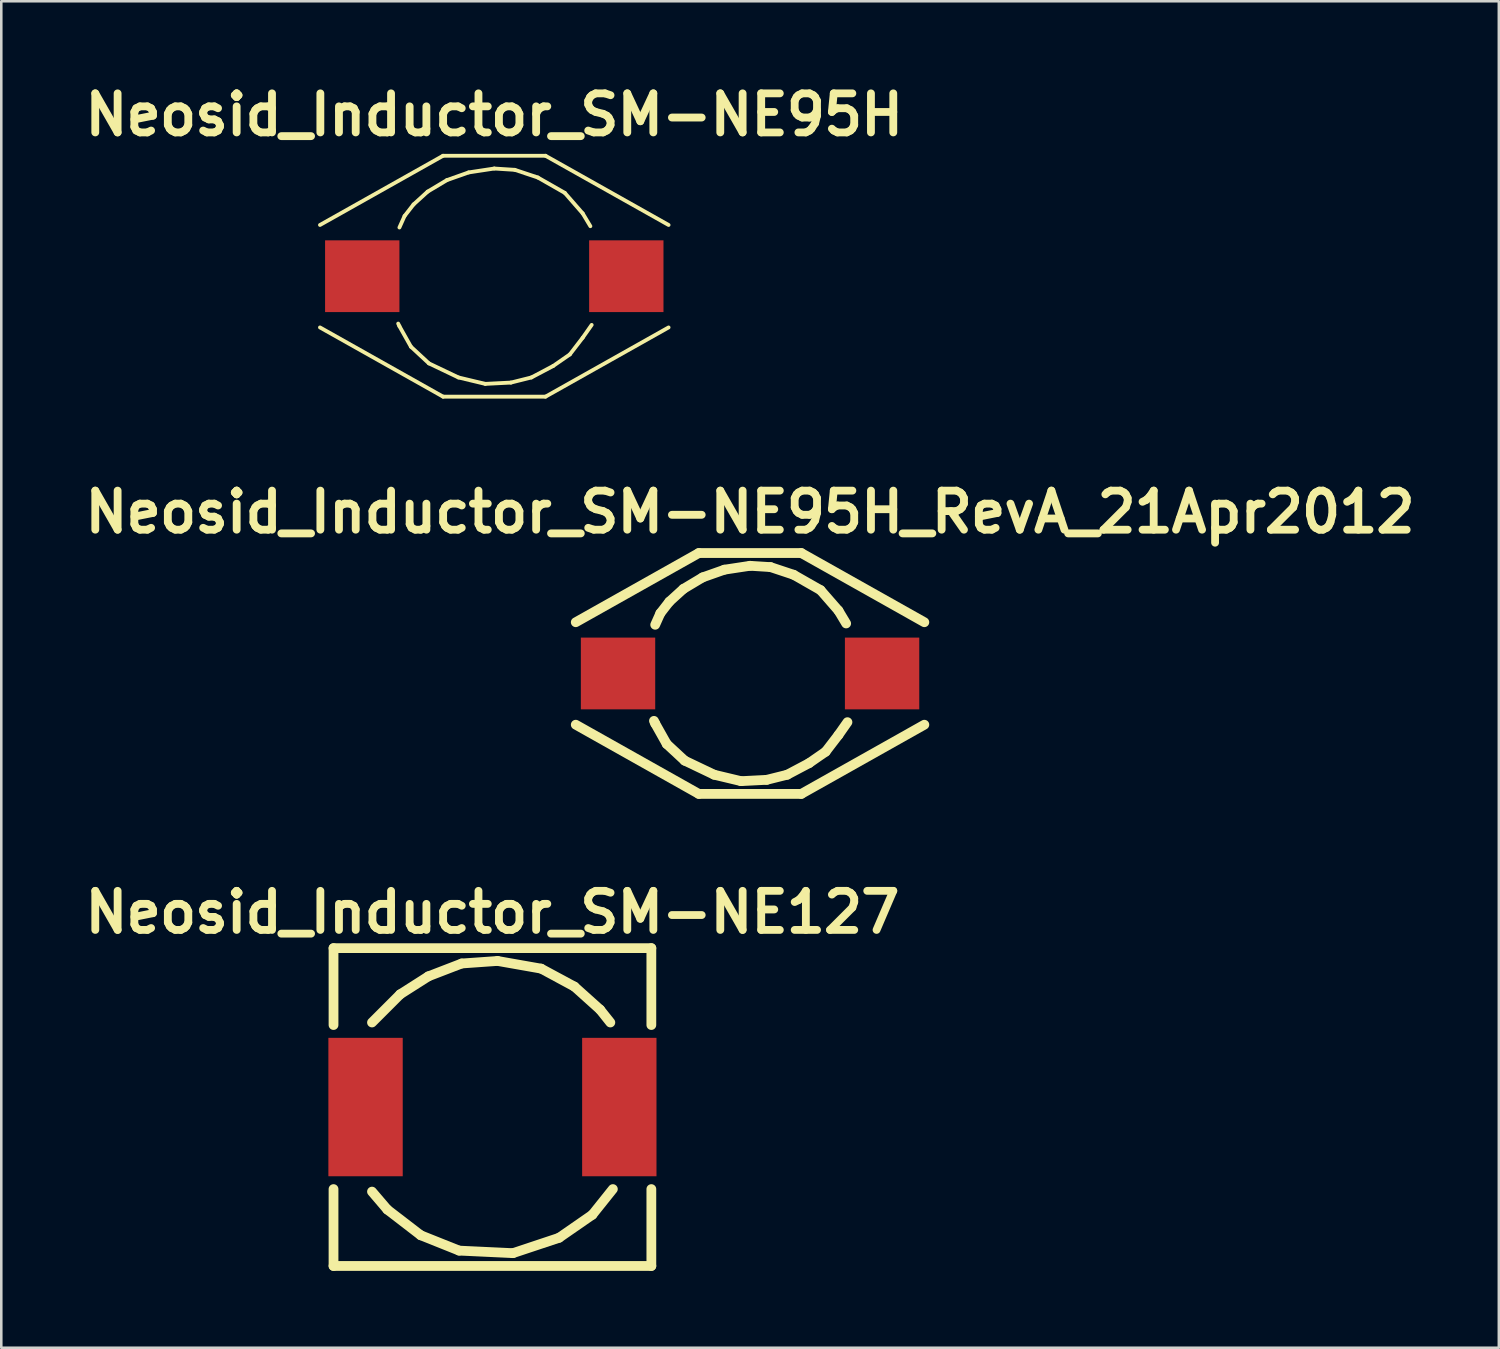
<source format=kicad_pcb>
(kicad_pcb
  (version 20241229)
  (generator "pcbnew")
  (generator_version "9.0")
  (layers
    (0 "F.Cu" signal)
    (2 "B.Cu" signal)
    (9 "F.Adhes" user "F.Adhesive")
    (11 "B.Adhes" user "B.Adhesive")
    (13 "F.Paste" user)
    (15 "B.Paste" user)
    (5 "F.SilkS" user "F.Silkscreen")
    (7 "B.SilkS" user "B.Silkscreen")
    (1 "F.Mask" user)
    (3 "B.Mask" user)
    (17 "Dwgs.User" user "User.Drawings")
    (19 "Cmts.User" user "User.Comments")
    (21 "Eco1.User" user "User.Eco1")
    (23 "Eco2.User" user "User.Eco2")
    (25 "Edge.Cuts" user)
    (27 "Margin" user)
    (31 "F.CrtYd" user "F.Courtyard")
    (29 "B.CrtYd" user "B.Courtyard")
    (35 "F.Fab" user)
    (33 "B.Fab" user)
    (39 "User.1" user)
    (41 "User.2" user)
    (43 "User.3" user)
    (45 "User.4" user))
  (footprint "Neosid_Inductor_SM-NE127"
    (layer "F.Cu")
    (at 16.162 40.141)
    (property "Reference" "Neosid_Inductor_SM-NE127" (at 0 -7.6 0) (layer "F.SilkS") (effects (font (size 1.524 1.524) (thickness 0.305))))
    (attr smd)
    (fp_line (start -6.2 -6.2) (end -6.2 -3.2) (stroke (width 0.381) (type solid)) (layer "F.SilkS"))
    (fp_line (start -6.2 3.2) (end -6.2 6.2) (stroke (width 0.381) (type solid)) (layer "F.SilkS"))
    (fp_line (start -6.2 6.2) (end 6.2 6.2) (stroke (width 0.381) (type solid)) (layer "F.SilkS"))
    (fp_line (start -4.699 3.299) (end -4.1 4) (stroke (width 0.381) (type solid)) (layer "F.SilkS"))
    (fp_line (start -4.1 4) (end -2.799 5.001) (stroke (width 0.381) (type solid)) (layer "F.SilkS"))
    (fp_line (start -3.599 -4.399) (end -4.699 -3.299) (stroke (width 0.381) (type solid)) (layer "F.SilkS"))
    (fp_line (start -2.799 5.001) (end -1.3 5.601) (stroke (width 0.381) (type solid)) (layer "F.SilkS"))
    (fp_line (start -2.499 -5.1) (end -3.599 -4.399) (stroke (width 0.381) (type solid)) (layer "F.SilkS"))
    (fp_line (start -1.3 5.601) (end 0.8 5.7) (stroke (width 0.381) (type solid)) (layer "F.SilkS"))
    (fp_line (start -1.199 -5.601) (end -2.499 -5.1) (stroke (width 0.381) (type solid)) (layer "F.SilkS"))
    (fp_line (start 0.201 -5.7) (end -1.199 -5.601) (stroke (width 0.381) (type solid)) (layer "F.SilkS"))
    (fp_line (start 0.8 5.7) (end 2.601 5.1) (stroke (width 0.381) (type solid)) (layer "F.SilkS"))
    (fp_line (start 1.9 -5.4) (end 0.201 -5.7) (stroke (width 0.381) (type solid)) (layer "F.SilkS"))
    (fp_line (start 2.601 5.1) (end 3.899 4.201) (stroke (width 0.381) (type solid)) (layer "F.SilkS"))
    (fp_line (start 3.2 -4.699) (end 1.9 -5.4) (stroke (width 0.381) (type solid)) (layer "F.SilkS"))
    (fp_line (start 3.899 4.201) (end 4.699 3.2) (stroke (width 0.381) (type solid)) (layer "F.SilkS"))
    (fp_line (start 4.201 -3.8) (end 3.2 -4.699) (stroke (width 0.381) (type solid)) (layer "F.SilkS"))
    (fp_line (start 4.6 -3.299) (end 4.201 -3.8) (stroke (width 0.381) (type solid)) (layer "F.SilkS"))
    (fp_line (start 6.2 -6.2) (end -6.2 -6.2) (stroke (width 0.381) (type solid)) (layer "F.SilkS"))
    (fp_line (start 6.2 -3.2) (end 6.2 -6.2) (stroke (width 0.381) (type solid)) (layer "F.SilkS"))
    (fp_line (start 6.2 6.2) (end 6.2 3.2) (stroke (width 0.381) (type solid)) (layer "F.SilkS"))
    (pad "1" smd rect (at -4.95 0) (size 2.901 5.4) (layers "F.Cu" "F.Mask" "F.Paste"))
    (pad "2" smd rect (at 4.95 0) (size 2.901 5.4) (layers "F.Cu" "F.Mask" "F.Paste")))
  (footprint "Neosid_Inductor_SM-NE95H"
    (layer "F.Cu")
    (at 16.234 7.726)
    (property "Reference" "Neosid_Inductor_SM-NE95H" (at 0 -6.299 0) (layer "F.SilkS") (effects (font (size 1.524 1.524) (thickness 0.305))))
    (attr smd)
    (fp_line (start -3.701 -1.9) (end -3.5 -2.349) (stroke (width 0.15) (type solid)) (layer "F.SilkS"))
    (fp_line (start -3.701 1.951) (end -3.749 1.849) (stroke (width 0.15) (type solid)) (layer "F.SilkS"))
    (fp_line (start -3.5 -2.349) (end -3.15 -2.799) (stroke (width 0.15) (type solid)) (layer "F.SilkS"))
    (fp_line (start -3.251 2.751) (end -3.701 1.951) (stroke (width 0.15) (type solid)) (layer "F.SilkS"))
    (fp_line (start -3.15 -2.799) (end -2.601 -3.299) (stroke (width 0.15) (type solid)) (layer "F.SilkS"))
    (fp_line (start -2.601 -3.299) (end -1.849 -3.749) (stroke (width 0.15) (type solid)) (layer "F.SilkS"))
    (fp_line (start -2.55 3.401) (end -3.251 2.751) (stroke (width 0.15) (type solid)) (layer "F.SilkS"))
    (fp_line (start -1.999 -4.699) (end -6.8 -1.999) (stroke (width 0.15) (type solid)) (layer "F.SilkS"))
    (fp_line (start -1.999 4.699) (end -6.8 1.999) (stroke (width 0.15) (type solid)) (layer "F.SilkS"))
    (fp_line (start -1.849 -3.749) (end -1.001 -4.049) (stroke (width 0.15) (type solid)) (layer "F.SilkS"))
    (fp_line (start -1.4 3.95) (end -2.55 3.401) (stroke (width 0.15) (type solid)) (layer "F.SilkS"))
    (fp_line (start -1.001 -4.049) (end 0 -4.201) (stroke (width 0.15) (type solid)) (layer "F.SilkS"))
    (fp_line (start -0.351 4.201) (end -1.4 3.95) (stroke (width 0.15) (type solid)) (layer "F.SilkS"))
    (fp_line (start 0 -4.201) (end 0.8 -4.15) (stroke (width 0.15) (type solid)) (layer "F.SilkS"))
    (fp_line (start 0.65 4.15) (end -0.351 4.201) (stroke (width 0.15) (type solid)) (layer "F.SilkS"))
    (fp_line (start 0.8 -4.15) (end 1.699 -3.851) (stroke (width 0.15) (type solid)) (layer "F.SilkS"))
    (fp_line (start 1.45 3.95) (end 0.65 4.15) (stroke (width 0.15) (type solid)) (layer "F.SilkS"))
    (fp_line (start 1.699 -3.851) (end 2.751 -3.251) (stroke (width 0.15) (type solid)) (layer "F.SilkS"))
    (fp_line (start 1.999 -4.699) (end -1.999 -4.699) (stroke (width 0.15) (type solid)) (layer "F.SilkS"))
    (fp_line (start 1.999 4.699) (end -1.999 4.699) (stroke (width 0.15) (type solid)) (layer "F.SilkS"))
    (fp_line (start 2.301 3.5) (end 1.45 3.95) (stroke (width 0.15) (type solid)) (layer "F.SilkS"))
    (fp_line (start 2.751 -3.251) (end 3.449 -2.451) (stroke (width 0.15) (type solid)) (layer "F.SilkS"))
    (fp_line (start 2.949 3.051) (end 2.301 3.5) (stroke (width 0.15) (type solid)) (layer "F.SilkS"))
    (fp_line (start 3.449 -2.451) (end 3.749 -1.951) (stroke (width 0.15) (type solid)) (layer "F.SilkS"))
    (fp_line (start 3.449 2.4) (end 2.949 3.051) (stroke (width 0.15) (type solid)) (layer "F.SilkS"))
    (fp_line (start 3.8 1.9) (end 3.449 2.4) (stroke (width 0.15) (type solid)) (layer "F.SilkS"))
    (fp_line (start 6.8 -1.999) (end 1.999 -4.699) (stroke (width 0.15) (type solid)) (layer "F.SilkS"))
    (fp_line (start 6.8 1.999) (end 1.999 4.699) (stroke (width 0.15) (type solid)) (layer "F.SilkS"))
    (pad "1" smd rect (at -5.151 0) (size 2.901 2.799) (layers "F.Cu" "F.Mask" "F.Paste"))
    (pad "2" smd rect (at 5.151 0) (size 2.901 2.799) (layers "F.Cu" "F.Mask" "F.Paste")))
  (footprint "Neosid_Inductor_SM-NE95H_RevA_21Apr2012"
    (layer "F.Cu")
    (at 26.213 23.225)
    (property "Reference" "Neosid_Inductor_SM-NE95H_RevA_21Apr2012" (at 0 -6.299 0) (layer "F.SilkS") (effects (font (size 1.524 1.524) (thickness 0.305))))
    (attr smd)
    (fp_line (start -3.701 -1.9) (end -3.5 -2.349) (stroke (width 0.381) (type solid)) (layer "F.SilkS"))
    (fp_line (start -3.701 1.951) (end -3.749 1.849) (stroke (width 0.381) (type solid)) (layer "F.SilkS"))
    (fp_line (start -3.5 -2.349) (end -3.15 -2.799) (stroke (width 0.381) (type solid)) (layer "F.SilkS"))
    (fp_line (start -3.251 2.751) (end -3.701 1.951) (stroke (width 0.381) (type solid)) (layer "F.SilkS"))
    (fp_line (start -3.15 -2.799) (end -2.601 -3.299) (stroke (width 0.381) (type solid)) (layer "F.SilkS"))
    (fp_line (start -2.601 -3.299) (end -1.849 -3.749) (stroke (width 0.381) (type solid)) (layer "F.SilkS"))
    (fp_line (start -2.55 3.401) (end -3.251 2.751) (stroke (width 0.381) (type solid)) (layer "F.SilkS"))
    (fp_line (start -1.999 -4.699) (end -6.8 -1.999) (stroke (width 0.381) (type solid)) (layer "F.SilkS"))
    (fp_line (start -1.999 4.699) (end -6.8 1.999) (stroke (width 0.381) (type solid)) (layer "F.SilkS"))
    (fp_line (start -1.849 -3.749) (end -1.001 -4.049) (stroke (width 0.381) (type solid)) (layer "F.SilkS"))
    (fp_line (start -1.4 3.95) (end -2.55 3.401) (stroke (width 0.381) (type solid)) (layer "F.SilkS"))
    (fp_line (start -1.001 -4.049) (end 0 -4.201) (stroke (width 0.381) (type solid)) (layer "F.SilkS"))
    (fp_line (start -0.351 4.201) (end -1.4 3.95) (stroke (width 0.381) (type solid)) (layer "F.SilkS"))
    (fp_line (start 0 -4.201) (end 0.8 -4.15) (stroke (width 0.381) (type solid)) (layer "F.SilkS"))
    (fp_line (start 0.65 4.15) (end -0.351 4.201) (stroke (width 0.381) (type solid)) (layer "F.SilkS"))
    (fp_line (start 0.8 -4.15) (end 1.699 -3.851) (stroke (width 0.381) (type solid)) (layer "F.SilkS"))
    (fp_line (start 1.45 3.95) (end 0.65 4.15) (stroke (width 0.381) (type solid)) (layer "F.SilkS"))
    (fp_line (start 1.699 -3.851) (end 2.751 -3.251) (stroke (width 0.381) (type solid)) (layer "F.SilkS"))
    (fp_line (start 1.999 -4.699) (end -1.999 -4.699) (stroke (width 0.381) (type solid)) (layer "F.SilkS"))
    (fp_line (start 1.999 4.699) (end -1.999 4.699) (stroke (width 0.381) (type solid)) (layer "F.SilkS"))
    (fp_line (start 2.301 3.5) (end 1.45 3.95) (stroke (width 0.381) (type solid)) (layer "F.SilkS"))
    (fp_line (start 2.751 -3.251) (end 3.449 -2.451) (stroke (width 0.381) (type solid)) (layer "F.SilkS"))
    (fp_line (start 2.949 3.051) (end 2.301 3.5) (stroke (width 0.381) (type solid)) (layer "F.SilkS"))
    (fp_line (start 3.449 -2.451) (end 3.749 -1.951) (stroke (width 0.381) (type solid)) (layer "F.SilkS"))
    (fp_line (start 3.449 2.4) (end 2.949 3.051) (stroke (width 0.381) (type solid)) (layer "F.SilkS"))
    (fp_line (start 3.8 1.9) (end 3.449 2.4) (stroke (width 0.381) (type solid)) (layer "F.SilkS"))
    (fp_line (start 6.8 -1.999) (end 1.999 -4.699) (stroke (width 0.381) (type solid)) (layer "F.SilkS"))
    (fp_line (start 6.8 1.999) (end 1.999 4.699) (stroke (width 0.381) (type solid)) (layer "F.SilkS"))
    (pad "1" smd rect (at -5.151 0) (size 2.901 2.799) (layers "F.Cu" "F.Mask" "F.Paste"))
    (pad "2" smd rect (at 5.151 0) (size 2.901 2.799) (layers "F.Cu" "F.Mask" "F.Paste")))
  (gr_rect
    (start -3 -3)
    (end 55.426 49.532)
    (stroke (width 0.1) (type default))
    (fill no)
    (layer "Edge.Cuts")))
</source>
